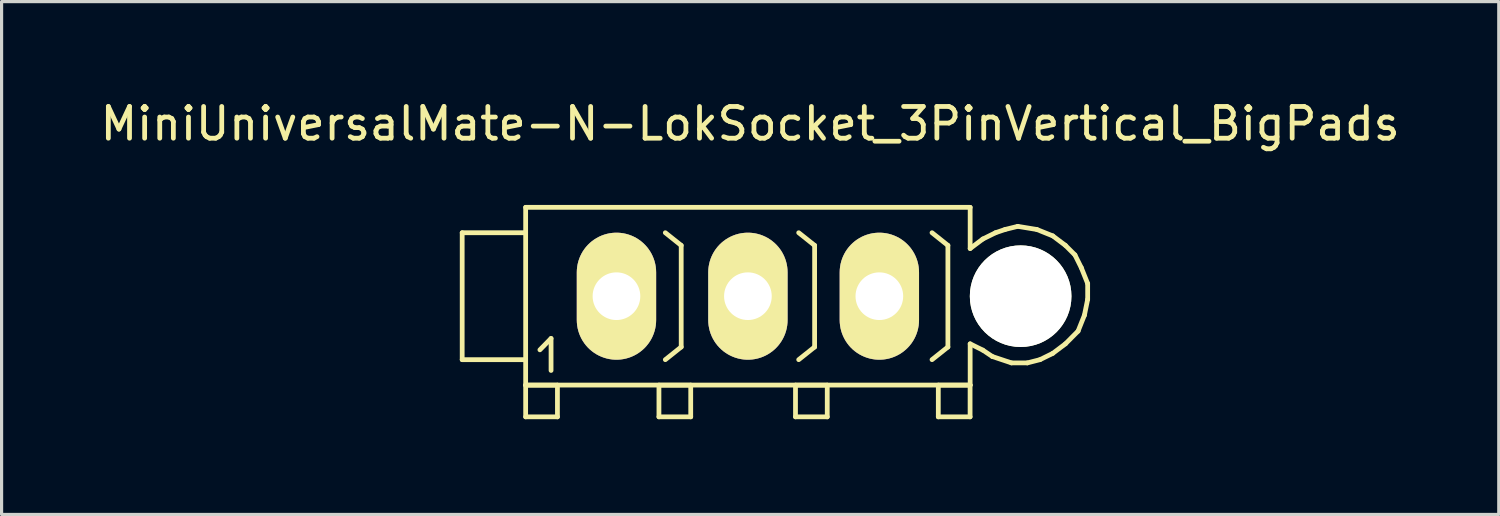
<source format=kicad_pcb>
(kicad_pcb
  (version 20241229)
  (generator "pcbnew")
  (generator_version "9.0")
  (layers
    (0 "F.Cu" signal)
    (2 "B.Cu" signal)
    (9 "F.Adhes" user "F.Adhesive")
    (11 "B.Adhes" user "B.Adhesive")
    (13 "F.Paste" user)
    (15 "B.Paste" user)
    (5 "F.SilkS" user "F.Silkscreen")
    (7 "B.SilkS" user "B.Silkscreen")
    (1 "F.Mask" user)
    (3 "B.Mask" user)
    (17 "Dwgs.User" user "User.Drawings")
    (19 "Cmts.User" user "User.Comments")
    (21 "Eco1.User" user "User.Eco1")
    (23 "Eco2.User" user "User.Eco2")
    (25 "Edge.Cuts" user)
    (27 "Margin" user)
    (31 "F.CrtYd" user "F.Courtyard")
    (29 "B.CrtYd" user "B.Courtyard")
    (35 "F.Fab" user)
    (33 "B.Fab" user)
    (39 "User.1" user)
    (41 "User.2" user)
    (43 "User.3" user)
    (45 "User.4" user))
  (footprint "MiniUniversalMate-N-LokSocket_3PinVertical_BigPads"
    (layer "F.Cu")
    (at 20.506 6.279)
    (property "Reference" "MiniUniversalMate-N-LokSocket_3PinVertical_BigPads" (at 0.071 -5.431 0) (layer "F.SilkS") (effects (font (size 1 1) (thickness 0.15))))
    (attr through_hole)
    (fp_line (start -8.999 -1.999) (end -8.999 1.999) (stroke (width 0.15) (type solid)) (layer "F.SilkS"))
    (fp_line (start -8.999 1.999) (end -7 1.999) (stroke (width 0.15) (type solid)) (layer "F.SilkS"))
    (fp_line (start -7 -2.799) (end -7 2.799) (stroke (width 0.15) (type solid)) (layer "F.SilkS"))
    (fp_line (start -7 -2.799) (end 7 -2.799) (stroke (width 0.15) (type solid)) (layer "F.SilkS"))
    (fp_line (start -7 -1.999) (end -8.999 -1.999) (stroke (width 0.15) (type solid)) (layer "F.SilkS"))
    (fp_line (start -7 2.799) (end 7 2.799) (stroke (width 0.15) (type solid)) (layer "F.SilkS"))
    (fp_line (start -7 2.802) (end -5.999 2.802) (stroke (width 0.15) (type solid)) (layer "F.SilkS"))
    (fp_line (start -7 3.8) (end -7 2.802) (stroke (width 0.15) (type solid)) (layer "F.SilkS"))
    (fp_line (start -6.551 1.689) (end -6.2 1.331) (stroke (width 0.15) (type solid)) (layer "F.SilkS"))
    (fp_line (start -6.2 1.331) (end -6.2 2.339) (stroke (width 0.15) (type solid)) (layer "F.SilkS"))
    (fp_line (start -5.999 2.802) (end -5.999 3.8) (stroke (width 0.15) (type solid)) (layer "F.SilkS"))
    (fp_line (start -5.999 3.8) (end -7 3.8) (stroke (width 0.15) (type solid)) (layer "F.SilkS"))
    (fp_line (start -2.802 2.802) (end -1.801 2.802) (stroke (width 0.15) (type solid)) (layer "F.SilkS"))
    (fp_line (start -2.802 3.8) (end -2.802 2.802) (stroke (width 0.15) (type solid)) (layer "F.SilkS"))
    (fp_line (start -2.101 -1.6) (end -2.601 -1.999) (stroke (width 0.15) (type solid)) (layer "F.SilkS"))
    (fp_line (start -2.101 -1.6) (end -2.101 1.6) (stroke (width 0.15) (type solid)) (layer "F.SilkS"))
    (fp_line (start -2.101 1.6) (end -2.601 1.999) (stroke (width 0.15) (type solid)) (layer "F.SilkS"))
    (fp_line (start -1.801 2.802) (end -1.801 3.8) (stroke (width 0.15) (type solid)) (layer "F.SilkS"))
    (fp_line (start -1.801 3.8) (end -2.802 3.8) (stroke (width 0.15) (type solid)) (layer "F.SilkS"))
    (fp_line (start 1.499 2.802) (end 2.499 2.802) (stroke (width 0.15) (type solid)) (layer "F.SilkS"))
    (fp_line (start 1.499 3.8) (end 1.499 2.802) (stroke (width 0.15) (type solid)) (layer "F.SilkS"))
    (fp_line (start 2.101 -1.6) (end 1.6 -1.999) (stroke (width 0.15) (type solid)) (layer "F.SilkS"))
    (fp_line (start 2.101 -1.6) (end 2.101 1.6) (stroke (width 0.15) (type solid)) (layer "F.SilkS"))
    (fp_line (start 2.101 1.6) (end 1.6 1.999) (stroke (width 0.15) (type solid)) (layer "F.SilkS"))
    (fp_line (start 2.499 2.802) (end 2.499 3.8) (stroke (width 0.15) (type solid)) (layer "F.SilkS"))
    (fp_line (start 2.499 3.8) (end 1.499 3.8) (stroke (width 0.15) (type solid)) (layer "F.SilkS"))
    (fp_line (start 5.997 2.802) (end 6.998 2.802) (stroke (width 0.15) (type solid)) (layer "F.SilkS"))
    (fp_line (start 5.997 3.8) (end 5.997 2.802) (stroke (width 0.15) (type solid)) (layer "F.SilkS"))
    (fp_line (start 6.299 -1.6) (end 5.799 -1.999) (stroke (width 0.15) (type solid)) (layer "F.SilkS"))
    (fp_line (start 6.299 -1.6) (end 6.299 1.6) (stroke (width 0.15) (type solid)) (layer "F.SilkS"))
    (fp_line (start 6.299 1.6) (end 5.799 1.999) (stroke (width 0.15) (type solid)) (layer "F.SilkS"))
    (fp_line (start 6.998 2.802) (end 6.998 3.8) (stroke (width 0.15) (type solid)) (layer "F.SilkS"))
    (fp_line (start 6.998 3.8) (end 5.997 3.8) (stroke (width 0.15) (type solid)) (layer "F.SilkS"))
    (fp_line (start 7 -2.799) (end 7 -1.501) (stroke (width 0.15) (type solid)) (layer "F.SilkS"))
    (fp_line (start 7 -1.501) (end 7.399 -1.801) (stroke (width 0.15) (type solid)) (layer "F.SilkS"))
    (fp_line (start 7 2.799) (end 7 1.501) (stroke (width 0.15) (type solid)) (layer "F.SilkS"))
    (fp_line (start 7.399 -1.801) (end 7.8 -1.999) (stroke (width 0.15) (type solid)) (layer "F.SilkS"))
    (fp_line (start 7.399 1.699) (end 7 1.501) (stroke (width 0.15) (type solid)) (layer "F.SilkS"))
    (fp_line (start 7.699 1.9) (end 7.399 1.699) (stroke (width 0.15) (type solid)) (layer "F.SilkS"))
    (fp_line (start 7.8 -1.999) (end 8.1 -2.101) (stroke (width 0.15) (type solid)) (layer "F.SilkS"))
    (fp_line (start 8.1 -2.101) (end 8.499 -2.2) (stroke (width 0.15) (type solid)) (layer "F.SilkS"))
    (fp_line (start 8.301 2.101) (end 7.699 1.9) (stroke (width 0.15) (type solid)) (layer "F.SilkS"))
    (fp_line (start 8.499 -2.2) (end 9.101 -2.101) (stroke (width 0.15) (type solid)) (layer "F.SilkS"))
    (fp_line (start 8.801 2.101) (end 8.301 2.101) (stroke (width 0.15) (type solid)) (layer "F.SilkS"))
    (fp_line (start 9.101 -2.101) (end 9.601 -1.9) (stroke (width 0.15) (type solid)) (layer "F.SilkS"))
    (fp_line (start 9.2 1.999) (end 8.801 2.101) (stroke (width 0.15) (type solid)) (layer "F.SilkS"))
    (fp_line (start 9.601 -1.9) (end 10 -1.6) (stroke (width 0.15) (type solid)) (layer "F.SilkS"))
    (fp_line (start 9.601 1.801) (end 9.2 1.999) (stroke (width 0.15) (type solid)) (layer "F.SilkS"))
    (fp_line (start 10 -1.6) (end 10.3 -1.3) (stroke (width 0.15) (type solid)) (layer "F.SilkS"))
    (fp_line (start 10 1.501) (end 9.601 1.801) (stroke (width 0.15) (type solid)) (layer "F.SilkS"))
    (fp_line (start 10.3 -1.3) (end 10.5 -0.899) (stroke (width 0.15) (type solid)) (layer "F.SilkS"))
    (fp_line (start 10.399 1.1) (end 10 1.501) (stroke (width 0.15) (type solid)) (layer "F.SilkS"))
    (fp_line (start 10.5 -0.899) (end 10.701 -0.399) (stroke (width 0.15) (type solid)) (layer "F.SilkS"))
    (fp_line (start 10.599 0.599) (end 10.399 1.1) (stroke (width 0.15) (type solid)) (layer "F.SilkS"))
    (fp_line (start 10.701 -0.399) (end 10.701 0.099) (stroke (width 0.15) (type solid)) (layer "F.SilkS"))
    (fp_line (start 10.701 0.099) (end 10.599 0.599) (stroke (width 0.15) (type solid)) (layer "F.SilkS"))
    (pad "" np_thru_hole circle (at 8.59 0) (size 3.2 3.2) (drill 3.2) (layers "*.Cu" "*.Mask" "F.SilkS"))
    (pad "1" thru_hole oval (at -4.14 0 90) (size 4 2.499) (drill 1.501) (layers "*.Cu" "*.Mask" "F.SilkS"))
    (pad "2" thru_hole oval (at 0 0 90) (size 4 2.499) (drill 1.501) (layers "*.Cu" "*.Mask" "F.SilkS"))
    (pad "3" thru_hole oval (at 4.14 0 90) (size 4 2.499) (drill 1.501) (layers "*.Cu" "*.Mask" "F.SilkS")))
  (gr_rect
    (start -3 -3)
    (end 44.155 13.154)
    (stroke (width 0.1) (type default))
    (fill no)
    (layer "Edge.Cuts")))
</source>
